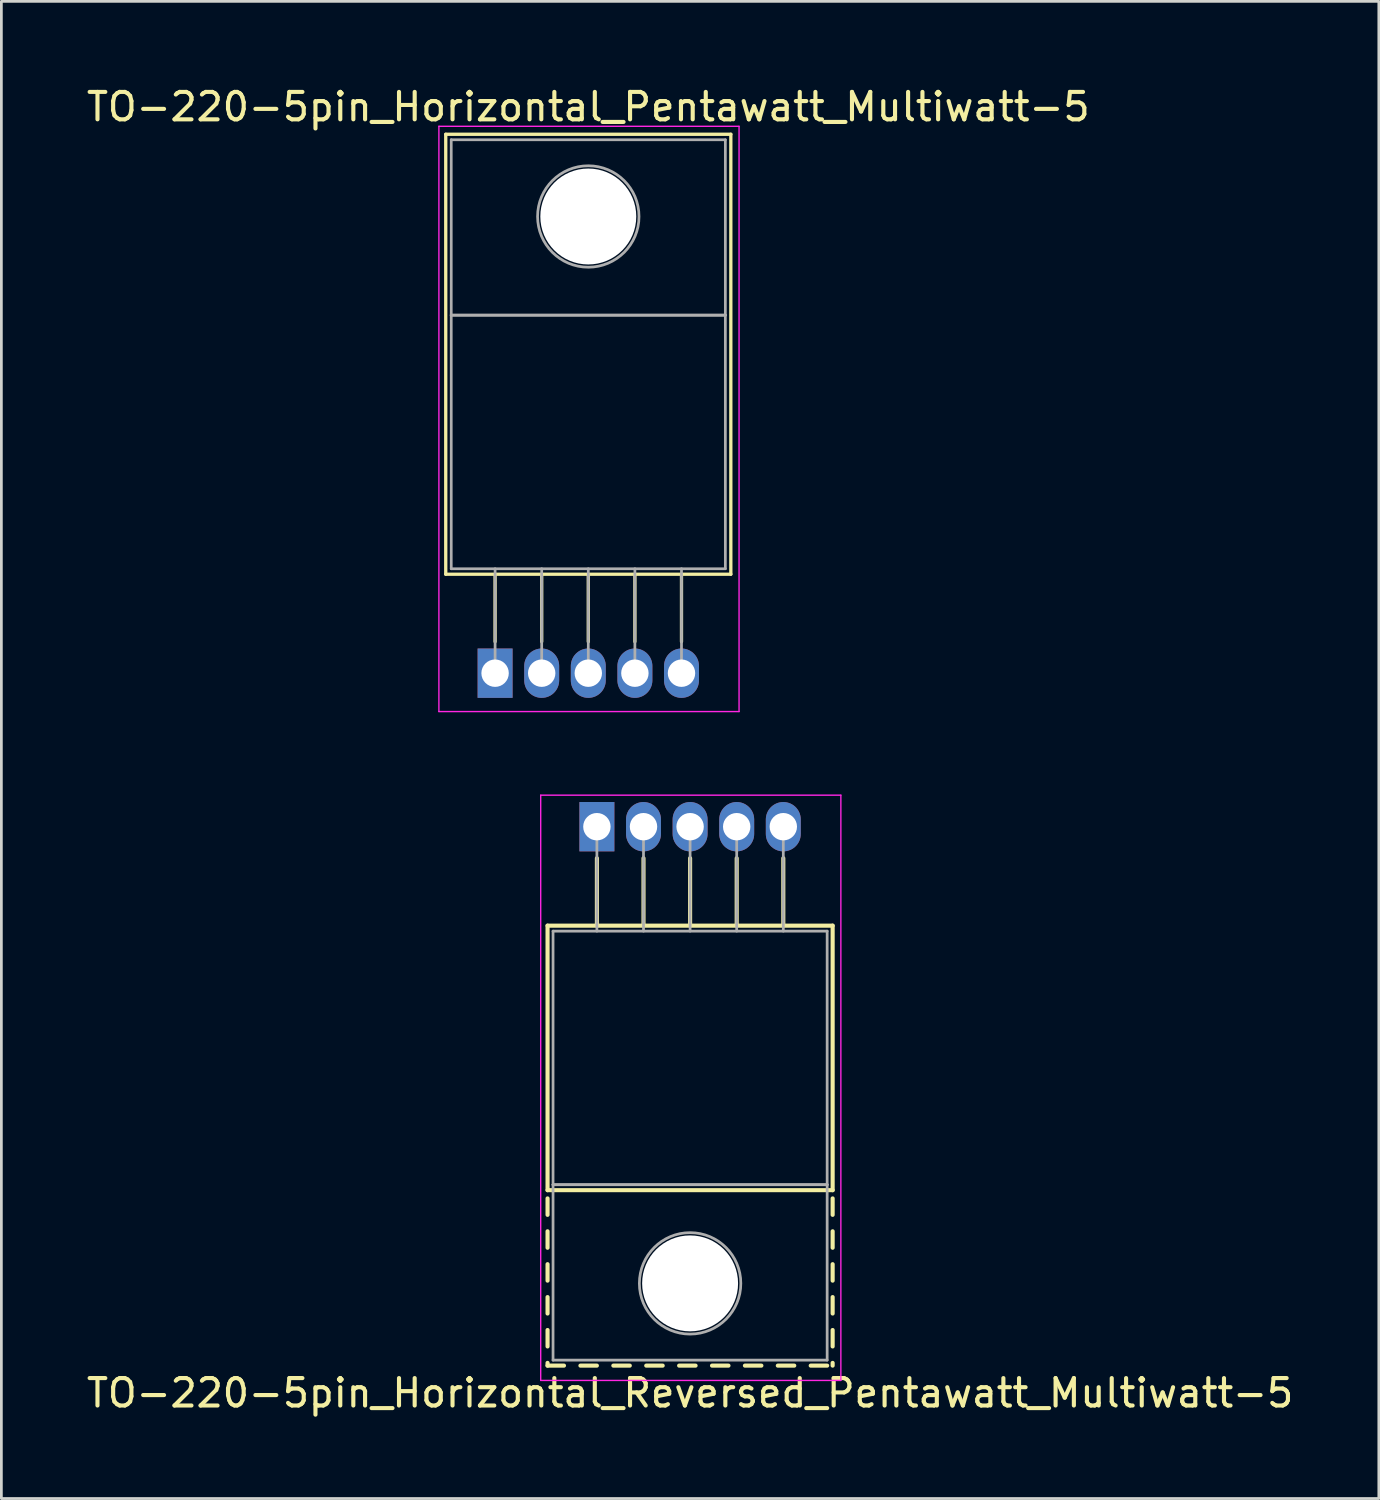
<source format=kicad_pcb>
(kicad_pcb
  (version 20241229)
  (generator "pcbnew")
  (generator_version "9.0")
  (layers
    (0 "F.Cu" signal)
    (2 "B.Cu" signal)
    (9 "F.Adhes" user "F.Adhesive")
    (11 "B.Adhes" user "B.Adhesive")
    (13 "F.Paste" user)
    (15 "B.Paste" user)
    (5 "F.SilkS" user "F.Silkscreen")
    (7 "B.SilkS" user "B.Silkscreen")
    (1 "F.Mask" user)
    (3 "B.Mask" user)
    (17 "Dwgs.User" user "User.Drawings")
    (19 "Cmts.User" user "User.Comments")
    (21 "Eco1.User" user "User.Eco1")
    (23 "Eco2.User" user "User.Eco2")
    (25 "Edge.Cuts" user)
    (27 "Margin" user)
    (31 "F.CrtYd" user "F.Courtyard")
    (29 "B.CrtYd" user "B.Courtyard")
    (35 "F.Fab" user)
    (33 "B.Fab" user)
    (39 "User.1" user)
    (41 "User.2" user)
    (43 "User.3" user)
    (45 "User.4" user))
  (footprint "TO-220-5pin_Horizontal_Reversed_Pentawatt_Multiwatt-5"
    (layer "F.Cu")
    (at 18.725 27.108)
    (property "Reference" "TO-220-5pin_Horizontal_Reversed_Pentawatt_Multiwatt-5" (at 3.4 20.66 0) (layer "F.SilkS") (effects (font (size 1 1) (thickness 0.15))))
    (attr through_hole)
    (fp_line (start -1.8 3.61) (end -1.8 13.26) (stroke (width 0.15) (type solid)) (layer "F.SilkS"))
    (fp_line (start -1.8 3.61) (end 8.6 3.61) (stroke (width 0.15) (type solid)) (layer "F.SilkS"))
    (fp_line (start -1.8 13.26) (end 8.6 13.26) (stroke (width 0.15) (type solid)) (layer "F.SilkS"))
    (fp_line (start -1.8 13.56) (end -1.8 14.16) (stroke (width 0.15) (type solid)) (layer "F.SilkS"))
    (fp_line (start -1.8 14.76) (end -1.8 15.36) (stroke (width 0.15) (type solid)) (layer "F.SilkS"))
    (fp_line (start -1.8 15.96) (end -1.8 16.56) (stroke (width 0.15) (type solid)) (layer "F.SilkS"))
    (fp_line (start -1.8 17.16) (end -1.8 17.76) (stroke (width 0.15) (type solid)) (layer "F.SilkS"))
    (fp_line (start -1.8 18.361) (end -1.8 18.961) (stroke (width 0.15) (type solid)) (layer "F.SilkS"))
    (fp_line (start -1.8 19.561) (end -1.8 19.66) (stroke (width 0.15) (type solid)) (layer "F.SilkS"))
    (fp_line (start -1.8 19.66) (end -1.201 19.66) (stroke (width 0.15) (type solid)) (layer "F.SilkS"))
    (fp_line (start -0.601 19.66) (end -0.001 19.66) (stroke (width 0.15) (type solid)) (layer "F.SilkS"))
    (fp_line (start 0 1.15) (end 0 3.61) (stroke (width 0.15) (type solid)) (layer "F.SilkS"))
    (fp_line (start 0.6 19.66) (end 1.2 19.66) (stroke (width 0.15) (type solid)) (layer "F.SilkS"))
    (fp_line (start 1.7 1.15) (end 1.7 3.61) (stroke (width 0.15) (type solid)) (layer "F.SilkS"))
    (fp_line (start 1.8 19.66) (end 2.4 19.66) (stroke (width 0.15) (type solid)) (layer "F.SilkS"))
    (fp_line (start 3 19.66) (end 3.6 19.66) (stroke (width 0.15) (type solid)) (layer "F.SilkS"))
    (fp_line (start 3.4 1.15) (end 3.4 3.61) (stroke (width 0.15) (type solid)) (layer "F.SilkS"))
    (fp_line (start 4.2 19.66) (end 4.8 19.66) (stroke (width 0.15) (type solid)) (layer "F.SilkS"))
    (fp_line (start 5.1 1.15) (end 5.1 3.61) (stroke (width 0.15) (type solid)) (layer "F.SilkS"))
    (fp_line (start 5.4 19.66) (end 6 19.66) (stroke (width 0.15) (type solid)) (layer "F.SilkS"))
    (fp_line (start 6.6 19.66) (end 7.2 19.66) (stroke (width 0.15) (type solid)) (layer "F.SilkS"))
    (fp_line (start 6.8 1.15) (end 6.8 3.61) (stroke (width 0.15) (type solid)) (layer "F.SilkS"))
    (fp_line (start 7.8 19.66) (end 8.4 19.66) (stroke (width 0.15) (type solid)) (layer "F.SilkS"))
    (fp_line (start 8.6 3.61) (end 8.6 13.26) (stroke (width 0.15) (type solid)) (layer "F.SilkS"))
    (fp_line (start 8.6 13.56) (end 8.6 14.16) (stroke (width 0.15) (type solid)) (layer "F.SilkS"))
    (fp_line (start 8.6 14.76) (end 8.6 15.36) (stroke (width 0.15) (type solid)) (layer "F.SilkS"))
    (fp_line (start 8.6 15.96) (end 8.6 16.56) (stroke (width 0.15) (type solid)) (layer "F.SilkS"))
    (fp_line (start 8.6 17.16) (end 8.6 17.76) (stroke (width 0.15) (type solid)) (layer "F.SilkS"))
    (fp_line (start 8.6 18.361) (end 8.6 18.961) (stroke (width 0.15) (type solid)) (layer "F.SilkS"))
    (fp_line (start 8.6 19.561) (end 8.6 19.66) (stroke (width 0.15) (type solid)) (layer "F.SilkS"))
    (fp_line (start -2.05 -1.15) (end -2.05 20.2) (stroke (width 0.05) (type solid)) (layer "F.CrtYd"))
    (fp_line (start -2.05 20.2) (end 8.9 20.2) (stroke (width 0.05) (type solid)) (layer "F.CrtYd"))
    (fp_line (start 8.9 -1.15) (end -2.05 -1.15) (stroke (width 0.05) (type solid)) (layer "F.CrtYd"))
    (fp_line (start 8.9 20.2) (end 8.9 -1.15) (stroke (width 0.05) (type solid)) (layer "F.CrtYd"))
    (fp_line (start -1.6 3.81) (end -1.6 13.06) (stroke (width 0.1) (type solid)) (layer "F.Fab"))
    (fp_line (start -1.6 13.06) (end -1.6 19.46) (stroke (width 0.1) (type solid)) (layer "F.Fab"))
    (fp_line (start -1.6 13.06) (end 8.4 13.06) (stroke (width 0.1) (type solid)) (layer "F.Fab"))
    (fp_line (start -1.6 19.46) (end 8.4 19.46) (stroke (width 0.1) (type solid)) (layer "F.Fab"))
    (fp_line (start 0 3.81) (end 0 0) (stroke (width 0.1) (type solid)) (layer "F.Fab"))
    (fp_line (start 1.7 3.81) (end 1.7 0) (stroke (width 0.1) (type solid)) (layer "F.Fab"))
    (fp_line (start 3.4 3.81) (end 3.4 0) (stroke (width 0.1) (type solid)) (layer "F.Fab"))
    (fp_line (start 5.1 3.81) (end 5.1 0) (stroke (width 0.1) (type solid)) (layer "F.Fab"))
    (fp_line (start 6.8 3.81) (end 6.8 0) (stroke (width 0.1) (type solid)) (layer "F.Fab"))
    (fp_line (start 8.4 3.81) (end -1.6 3.81) (stroke (width 0.1) (type solid)) (layer "F.Fab"))
    (fp_line (start 8.4 13.06) (end -1.6 13.06) (stroke (width 0.1) (type solid)) (layer "F.Fab"))
    (fp_line (start 8.4 13.06) (end 8.4 3.81) (stroke (width 0.1) (type solid)) (layer "F.Fab"))
    (fp_line (start 8.4 19.46) (end 8.4 13.06) (stroke (width 0.1) (type solid)) (layer "F.Fab"))
    (fp_circle (center 3.4 16.66) (end 5.25 16.66) (stroke (width 0.1) (type solid)) (fill no) (layer "F.Fab"))
    (pad "" np_thru_hole oval (at 3.4 16.66) (size 3.5 3.5) (drill 3.5) (layers "*.Cu" "*.Mask"))
    (pad "1" thru_hole rect (at 0 0) (size 1.275 1.8) (drill 1) (layers "*.Cu" "*.Mask"))
    (pad "2" thru_hole oval (at 1.7 0) (size 1.275 1.8) (drill 1) (layers "*.Cu" "*.Mask"))
    (pad "3" thru_hole oval (at 3.4 0) (size 1.275 1.8) (drill 1) (layers "*.Cu" "*.Mask"))
    (pad "4" thru_hole oval (at 5.1 0) (size 1.275 1.8) (drill 1) (layers "*.Cu" "*.Mask"))
    (pad "5" thru_hole oval (at 6.8 0) (size 1.275 1.8) (drill 1) (layers "*.Cu" "*.Mask")))
  (footprint "TO-220-5pin_Horizontal_Pentawatt_Multiwatt-5"
    (layer "F.Cu")
    (at 15.011 21.508)
    (property "Reference" "TO-220-5pin_Horizontal_Pentawatt_Multiwatt-5" (at 3.4 -20.66 0) (layer "F.SilkS") (effects (font (size 1 1) (thickness 0.15))))
    (attr through_hole)
    (fp_line (start -1.8 -19.66) (end -1.8 -3.61) (stroke (width 0.12) (type solid)) (layer "F.SilkS"))
    (fp_line (start -1.8 -19.66) (end 8.6 -19.66) (stroke (width 0.12) (type solid)) (layer "F.SilkS"))
    (fp_line (start -1.8 -3.61) (end 8.6 -3.61) (stroke (width 0.12) (type solid)) (layer "F.SilkS"))
    (fp_line (start 0 -3.61) (end 0 -1.15) (stroke (width 0.12) (type solid)) (layer "F.SilkS"))
    (fp_line (start 1.7 -3.61) (end 1.7 -1.15) (stroke (width 0.12) (type solid)) (layer "F.SilkS"))
    (fp_line (start 3.4 -3.61) (end 3.4 -1.15) (stroke (width 0.12) (type solid)) (layer "F.SilkS"))
    (fp_line (start 5.1 -3.61) (end 5.1 -1.15) (stroke (width 0.12) (type solid)) (layer "F.SilkS"))
    (fp_line (start 6.8 -3.61) (end 6.8 -1.15) (stroke (width 0.12) (type solid)) (layer "F.SilkS"))
    (fp_line (start 8.6 -19.66) (end 8.6 -3.61) (stroke (width 0.12) (type solid)) (layer "F.SilkS"))
    (fp_line (start -2.05 -19.95) (end -2.05 1.4) (stroke (width 0.05) (type solid)) (layer "F.CrtYd"))
    (fp_line (start -2.05 1.4) (end 8.9 1.4) (stroke (width 0.05) (type solid)) (layer "F.CrtYd"))
    (fp_line (start 8.9 -19.95) (end -2.05 -19.95) (stroke (width 0.05) (type solid)) (layer "F.CrtYd"))
    (fp_line (start 8.9 1.4) (end 8.9 -19.95) (stroke (width 0.05) (type solid)) (layer "F.CrtYd"))
    (fp_line (start -1.6 -19.46) (end 8.4 -19.46) (stroke (width 0.1) (type solid)) (layer "F.Fab"))
    (fp_line (start -1.6 -13.06) (end -1.6 -19.46) (stroke (width 0.1) (type solid)) (layer "F.Fab"))
    (fp_line (start -1.6 -13.06) (end 8.4 -13.06) (stroke (width 0.1) (type solid)) (layer "F.Fab"))
    (fp_line (start -1.6 -3.81) (end -1.6 -13.06) (stroke (width 0.1) (type solid)) (layer "F.Fab"))
    (fp_line (start 0 -3.81) (end 0 0) (stroke (width 0.1) (type solid)) (layer "F.Fab"))
    (fp_line (start 1.7 -3.81) (end 1.7 0) (stroke (width 0.1) (type solid)) (layer "F.Fab"))
    (fp_line (start 3.4 -3.81) (end 3.4 0) (stroke (width 0.1) (type solid)) (layer "F.Fab"))
    (fp_line (start 5.1 -3.81) (end 5.1 0) (stroke (width 0.1) (type solid)) (layer "F.Fab"))
    (fp_line (start 6.8 -3.81) (end 6.8 0) (stroke (width 0.1) (type solid)) (layer "F.Fab"))
    (fp_line (start 8.4 -19.46) (end 8.4 -13.06) (stroke (width 0.1) (type solid)) (layer "F.Fab"))
    (fp_line (start 8.4 -13.06) (end -1.6 -13.06) (stroke (width 0.1) (type solid)) (layer "F.Fab"))
    (fp_line (start 8.4 -13.06) (end 8.4 -3.81) (stroke (width 0.1) (type solid)) (layer "F.Fab"))
    (fp_line (start 8.4 -3.81) (end -1.6 -3.81) (stroke (width 0.1) (type solid)) (layer "F.Fab"))
    (fp_circle (center 3.4 -16.66) (end 5.25 -16.66) (stroke (width 0.1) (type solid)) (fill no) (layer "F.Fab"))
    (pad "" np_thru_hole oval (at 3.4 -16.66) (size 3.5 3.5) (drill 3.5) (layers "*.Cu" "*.Mask"))
    (pad "1" thru_hole rect (at 0 0) (size 1.275 1.8) (drill 1) (layers "*.Cu" "*.Mask"))
    (pad "2" thru_hole oval (at 1.7 0) (size 1.275 1.8) (drill 1) (layers "*.Cu" "*.Mask"))
    (pad "3" thru_hole oval (at 3.4 0) (size 1.275 1.8) (drill 1) (layers "*.Cu" "*.Mask"))
    (pad "4" thru_hole oval (at 5.1 0) (size 1.275 1.8) (drill 1) (layers "*.Cu" "*.Mask"))
    (pad "5" thru_hole oval (at 6.8 0) (size 1.275 1.8) (drill 1) (layers "*.Cu" "*.Mask")))
  (gr_rect
    (start -3 -3)
    (end 47.25 51.617)
    (stroke (width 0.1) (type default))
    (fill no)
    (layer "Edge.Cuts")))
</source>
